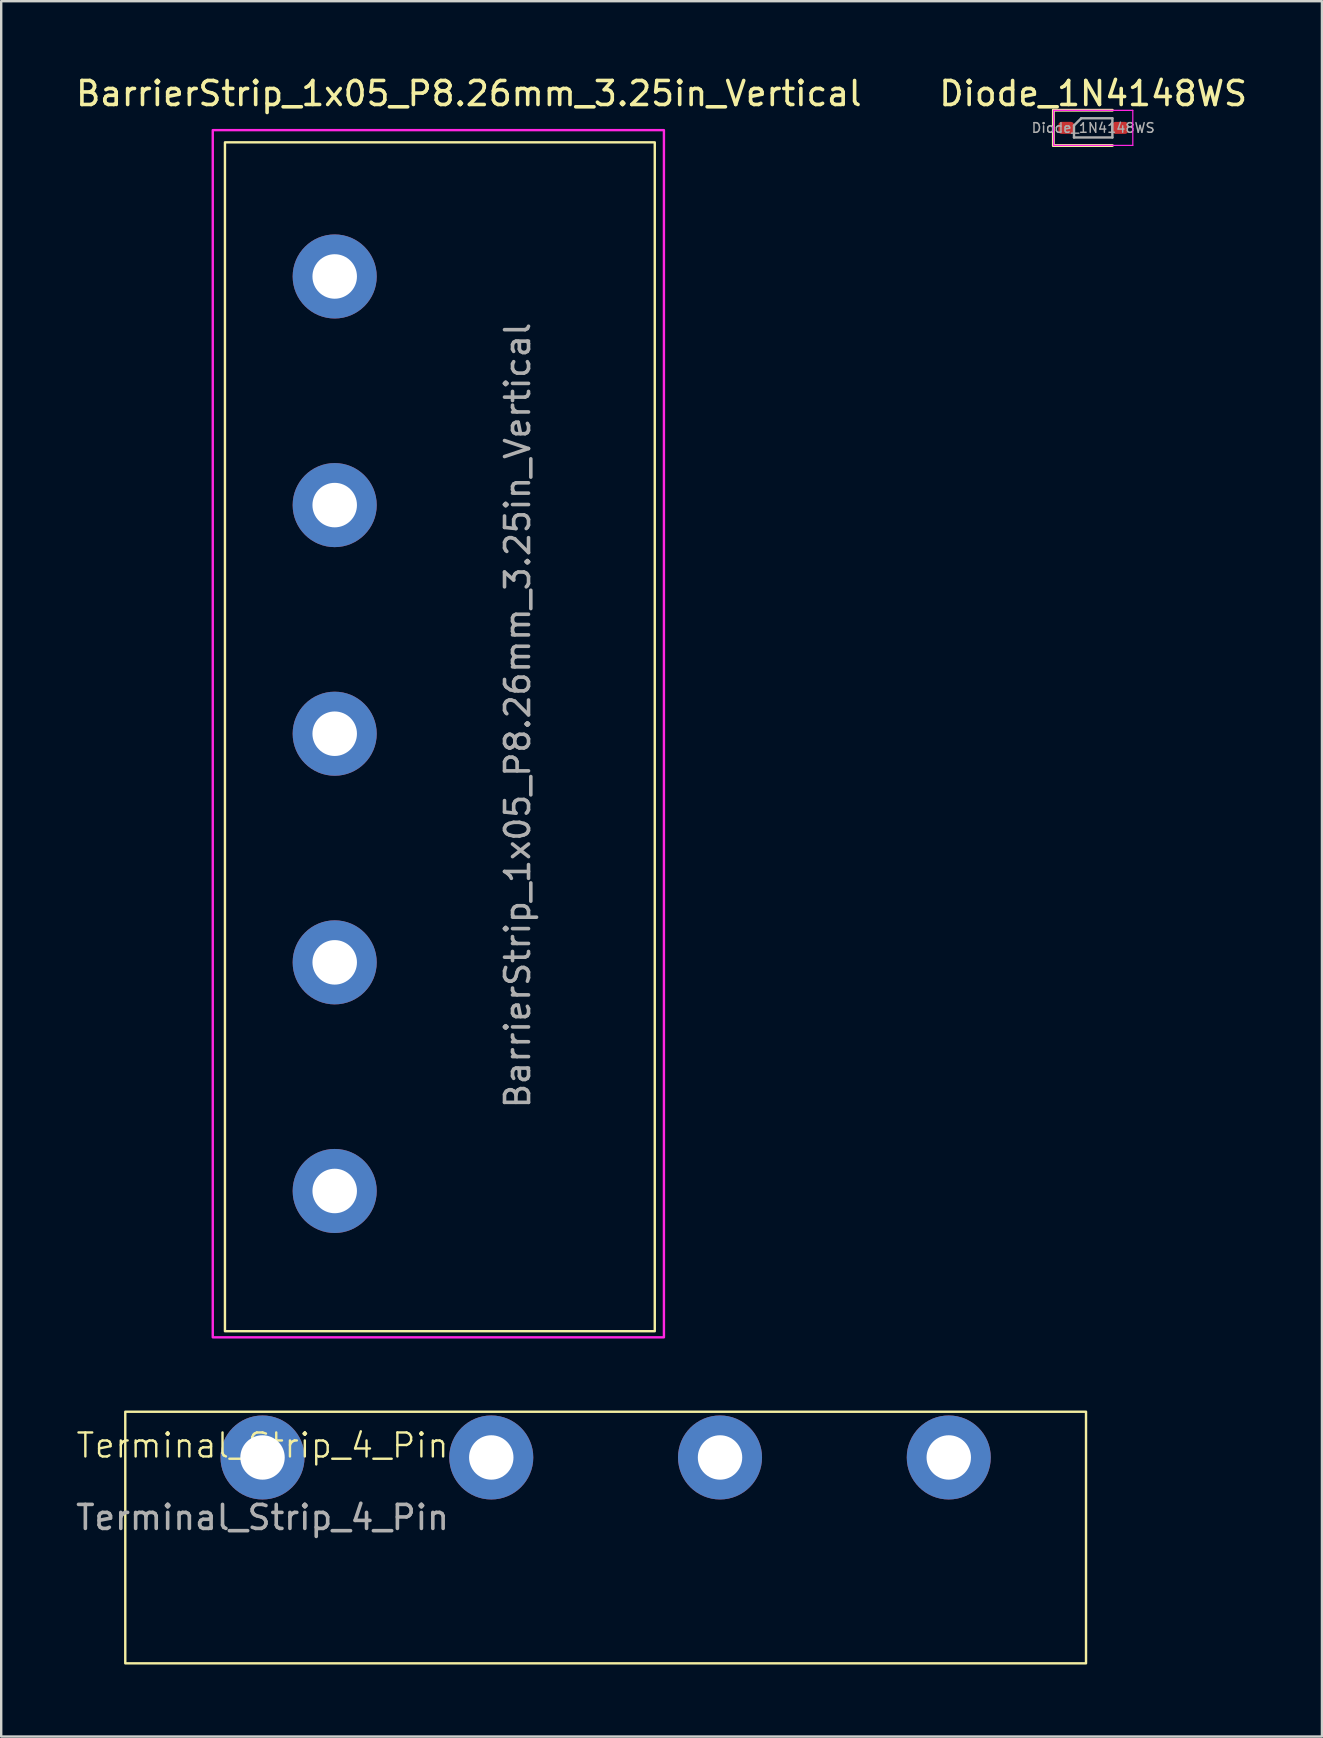
<source format=kicad_pcb>
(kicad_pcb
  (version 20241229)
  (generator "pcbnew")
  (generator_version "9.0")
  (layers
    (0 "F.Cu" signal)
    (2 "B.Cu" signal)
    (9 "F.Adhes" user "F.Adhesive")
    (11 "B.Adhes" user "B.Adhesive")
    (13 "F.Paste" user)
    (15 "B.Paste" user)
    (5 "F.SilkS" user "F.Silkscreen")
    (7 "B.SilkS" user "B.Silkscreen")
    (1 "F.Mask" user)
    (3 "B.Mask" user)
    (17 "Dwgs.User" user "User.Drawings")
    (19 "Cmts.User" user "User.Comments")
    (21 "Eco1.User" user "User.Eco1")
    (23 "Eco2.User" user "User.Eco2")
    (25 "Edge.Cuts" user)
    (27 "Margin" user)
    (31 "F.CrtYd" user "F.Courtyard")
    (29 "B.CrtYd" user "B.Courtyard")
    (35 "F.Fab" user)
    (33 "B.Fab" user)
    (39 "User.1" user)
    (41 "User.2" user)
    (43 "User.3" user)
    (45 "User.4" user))
  (footprint "Terminal_Strip_4_Pin"
    (layer "F.Cu")
    (at 7.887 57.67)
    (property "Reference" "Terminal_Strip_4_Pin" (at 0 -0.5 0) (unlocked yes) (layer "F.SilkS") (effects (font (size 1 1) (thickness 0.1))))
    (attr through_hole)
    (fp_rect (start 34.308 8.577) (end -5.718 -1.906) (stroke (width 0.1) (type default)) (fill no) (layer "F.SilkS"))
    (fp_text user "${REFERENCE}" (at 0 2.5 0) (unlocked yes) (layer "F.Fab") (effects (font (size 1 1) (thickness 0.15))))
    (pad "1" thru_hole circle (at 0 0) (size 3.5 3.5) (drill 1.85) (layers "*.Cu" "*.Mask"))
    (pad "2" thru_hole circle (at 9.53 0) (size 3.5 3.5) (drill 1.85) (layers "*.Cu" "*.Mask"))
    (pad "3" thru_hole circle (at 19.06 0) (size 3.5 3.5) (drill 1.85) (layers "*.Cu" "*.Mask"))
    (pad "4" thru_hole circle (at 28.59 0) (size 3.5 3.5) (drill 1.85) (layers "*.Cu" "*.Mask")))
  (footprint "Diode_1N4148WS"
    (layer "F.Cu")
    (at 42.494 2.278)
    (property "Reference" "Diode_1N4148WS" (at 0 -1.43 0) (layer "F.SilkS") (effects (font (size 1 1) (thickness 0.15))))
    (attr smd)
    (fp_line (start -1.66 -0.735) (end -1.66 0.735) (stroke (width 0.12) (type solid)) (layer "F.SilkS"))
    (fp_line (start -1.66 0.735) (end 0.8 0.735) (stroke (width 0.12) (type solid)) (layer "F.SilkS"))
    (fp_line (start 0.8 -0.735) (end -1.66 -0.735) (stroke (width 0.12) (type solid)) (layer "F.SilkS"))
    (fp_line (start -1.65 -0.73) (end 1.65 -0.73) (stroke (width 0.05) (type solid)) (layer "F.CrtYd"))
    (fp_line (start -1.65 0.73) (end -1.65 -0.73) (stroke (width 0.05) (type solid)) (layer "F.CrtYd"))
    (fp_line (start 1.65 -0.73) (end 1.65 0.73) (stroke (width 0.05) (type solid)) (layer "F.CrtYd"))
    (fp_line (start 1.65 0.73) (end -1.65 0.73) (stroke (width 0.05) (type solid)) (layer "F.CrtYd"))
    (fp_line (start -0.8 -0.1) (end -0.8 0.4) (stroke (width 0.1) (type solid)) (layer "F.Fab"))
    (fp_line (start -0.8 0.4) (end 0.8 0.4) (stroke (width 0.1) (type solid)) (layer "F.Fab"))
    (fp_line (start -0.5 -0.4) (end -0.8 -0.1) (stroke (width 0.1) (type solid)) (layer "F.Fab"))
    (fp_line (start 0.8 -0.4) (end -0.5 -0.4) (stroke (width 0.1) (type solid)) (layer "F.Fab"))
    (fp_line (start 0.8 0.4) (end 0.8 -0.4) (stroke (width 0.1) (type solid)) (layer "F.Fab"))
    (fp_text user "${REFERENCE}" (at 0 0 0) (layer "F.Fab") (effects (font (size 0.4 0.4) (thickness 0.06))))
    (pad "1" smd roundrect (at -1.125 0) (size 0.65 0.5) (layers "F.Cu" "F.Mask" "F.Paste") (roundrect_rratio 0.25))
    (pad "2" smd roundrect (at 1.125 0) (size 0.65 0.5) (layers "F.Cu" "F.Mask" "F.Paste") (roundrect_rratio 0.25)))
  (footprint "BarrierStrip_1x05_P8.26mm_3.25in_Vertical"
    (layer "F.Cu")
    (at 10.894 8.468)
    (property "Reference" "BarrierStrip_1x05_P8.26mm_3.25in_Vertical" (at 5.588 -7.62 0) (layer "F.SilkS") (effects (font (size 1 1) (thickness 0.15))))
    (attr through_hole)
    (fp_rect (start -4.572 -5.588) (end 13.335 43.942) (stroke (width 0.1) (type default)) (fill no) (layer "F.SilkS"))
    (fp_rect (start -5.08 -6.096) (end 13.716 44.196) (stroke (width 0.1) (type default)) (fill no) (layer "F.CrtYd"))
    (fp_text user "${REFERENCE}" (at 7.62 18.288 90) (layer "F.Fab") (effects (font (size 1 1) (thickness 0.15))))
    (pad "1" thru_hole circle (at 0 38.1) (size 3.502 3.502) (drill 1.854) (layers "*.Cu" "*.Mask"))
    (pad "2" thru_hole circle (at 0 28.575) (size 3.502 3.502) (drill 1.854) (layers "*.Cu" "*.Mask"))
    (pad "3" thru_hole circle (at 0 19.05) (size 3.502 3.502) (drill 1.854) (layers "*.Cu" "*.Mask"))
    (pad "4" thru_hole circle (at 0 9.525) (size 3.502 3.502) (drill 1.854) (layers "*.Cu" "*.Mask"))
    (pad "5" thru_hole circle (at 0 0) (size 3.502 3.502) (drill 1.854) (layers "*.Cu" "*.Mask")))
  (gr_rect
    (start -3 -3)
    (end 52.024 69.297)
    (stroke (width 0.1) (type default))
    (fill no)
    (layer "Edge.Cuts")))
</source>
